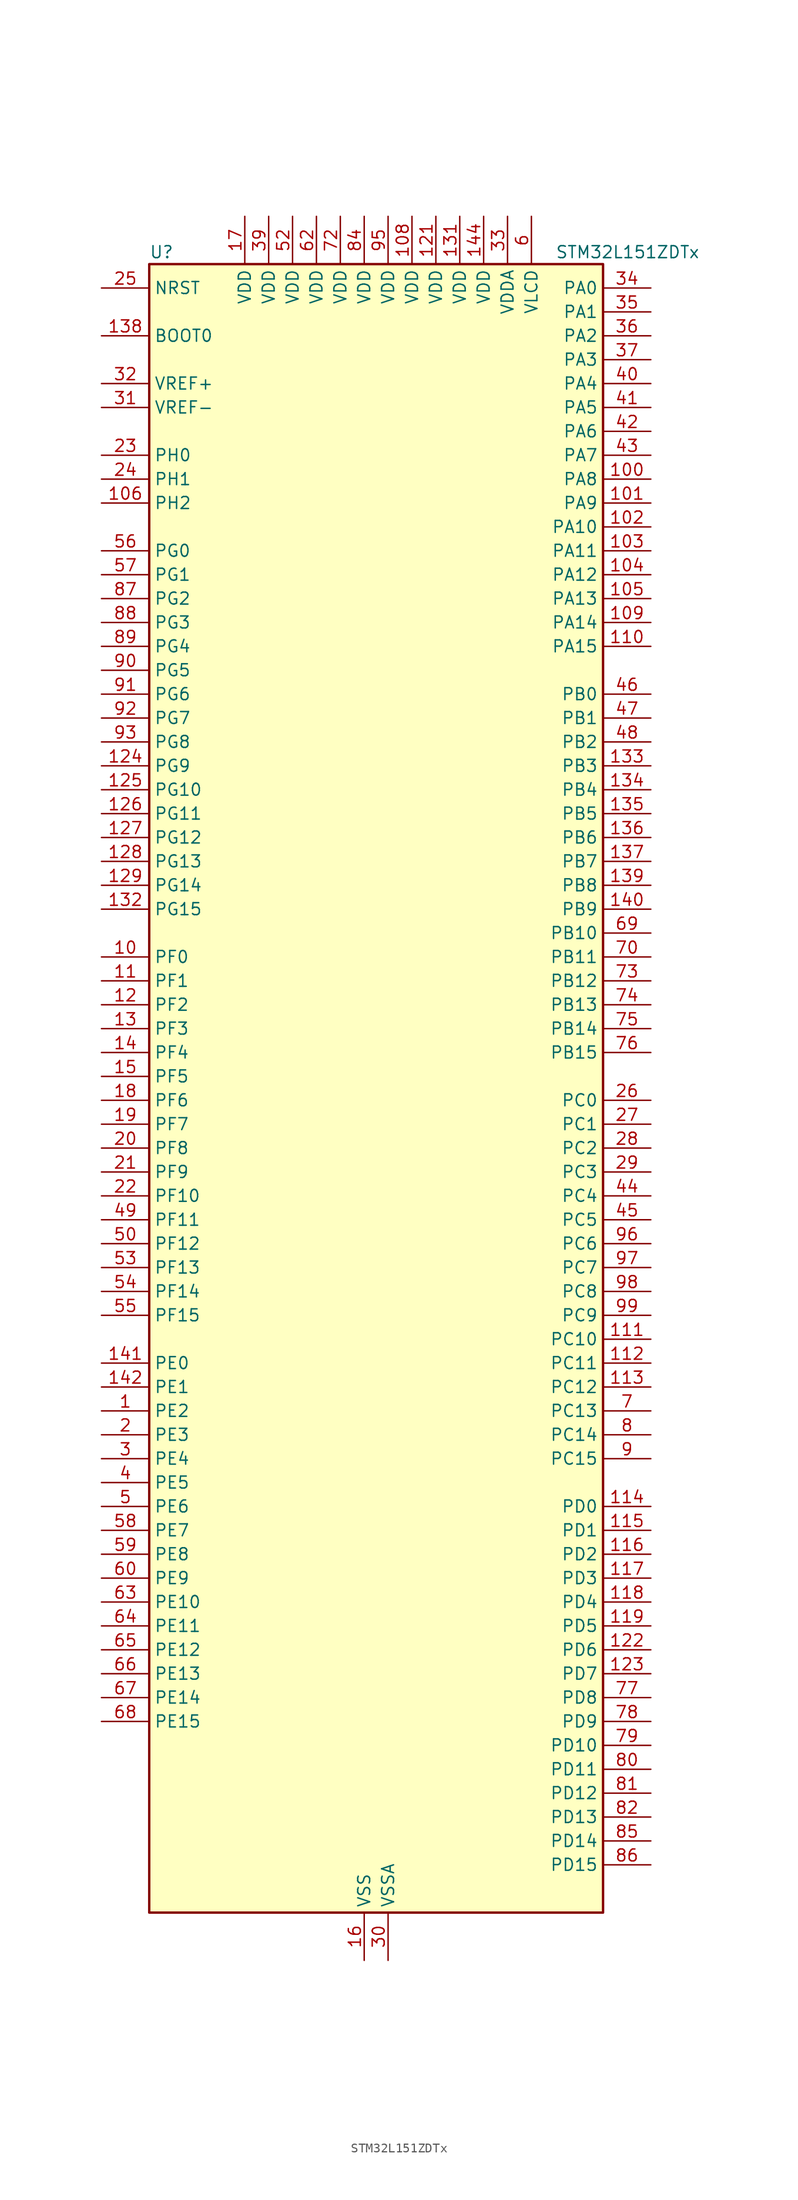
<source format=kicad_sym>
(kicad_symbol_lib
  (version 20231120)
  (generator "kicad-library-utils")
  (generator_version "8.0")
  (symbol "STM32L151ZDTx"
    (property "Reference" "U"
      (at -22.86 90.17 0)
      (effects (font (size 1.27 1.27)) (justify left)))
    (property "Value" "STM32L151ZDTx"
      (at 20.32 90.17 0)
      (effects (font (size 1.27 1.27)) (justify left)))
    (symbol "STM32L151ZDTx_0_1"
      (rectangle (start -22.86 -86.36) (end 25.4 88.9) (stroke (width 0.254) (type default)) (fill (type background))))
    (symbol "STM32L151ZDTx_1_1"
      (pin bidirectional line (at -27.94 -33.02 0) (length 5.08) (name "PE2" (effects (font (size 1.27 1.27)))) (number "1" (effects (font (size 1.27 1.27)))) (alternate "FSMC_A23" bidirectional line) (alternate "SYS_TRACECK" bidirectional line) (alternate "TIM3_ETR" bidirectional line) (alternate "TIMX_IC3" bidirectional line))
      (pin bidirectional line (at -27.94 15.24 0) (length 5.08) (name "PF0" (effects (font (size 1.27 1.27)))) (number "10" (effects (font (size 1.27 1.27)))) (alternate "FSMC_A0" bidirectional line))
      (pin bidirectional line (at 30.48 66.04 180) (length 5.08) (name "PA8" (effects (font (size 1.27 1.27)))) (number "100" (effects (font (size 1.27 1.27)))) (alternate "RCC_MCO" bidirectional line) (alternate "TIMX_IC1" bidirectional line) (alternate "TS_G4_IO1" bidirectional line) (alternate "USART1_CK" bidirectional line))
      (pin bidirectional line (at 30.48 63.5 180) (length 5.08) (name "PA9" (effects (font (size 1.27 1.27)))) (number "101" (effects (font (size 1.27 1.27)))) (alternate "DAC_EXTI9" bidirectional line) (alternate "TIMX_IC2" bidirectional line) (alternate "TS_G4_IO2" bidirectional line) (alternate "USART1_TX" bidirectional line))
      (pin bidirectional line (at 30.48 60.96 180) (length 5.08) (name "PA10" (effects (font (size 1.27 1.27)))) (number "102" (effects (font (size 1.27 1.27)))) (alternate "TIMX_IC3" bidirectional line) (alternate "TS_G4_IO3" bidirectional line) (alternate "USART1_RX" bidirectional line))
      (pin bidirectional line (at 30.48 58.42 180) (length 5.08) (name "PA11" (effects (font (size 1.27 1.27)))) (number "103" (effects (font (size 1.27 1.27)))) (alternate "ADC_EXTI11" bidirectional line) (alternate "SPI1_MISO" bidirectional line) (alternate "TIMX_IC4" bidirectional line) (alternate "USART1_CTS" bidirectional line) (alternate "USB_DM" bidirectional line))
      (pin bidirectional line (at 30.48 55.88 180) (length 5.08) (name "PA12" (effects (font (size 1.27 1.27)))) (number "104" (effects (font (size 1.27 1.27)))) (alternate "SPI1_MOSI" bidirectional line) (alternate "TIMX_IC1" bidirectional line) (alternate "USART1_RTS" bidirectional line) (alternate "USB_DP" bidirectional line))
      (pin bidirectional line (at 30.48 53.34 180) (length 5.08) (name "PA13" (effects (font (size 1.27 1.27)))) (number "105" (effects (font (size 1.27 1.27)))) (alternate "SYS_JTMS-SWDIO" bidirectional line) (alternate "TIMX_IC2" bidirectional line) (alternate "TS_G5_IO1" bidirectional line))
      (pin bidirectional line (at -27.94 63.5 0) (length 5.08) (name "PH2" (effects (font (size 1.27 1.27)))) (number "106" (effects (font (size 1.27 1.27)))) (alternate "FSMC_A22" bidirectional line))
      (pin passive line (at 0 -91.44 90) (length 5.08) hide (name "VSS" (effects (font (size 1.27 1.27)))) (number "107" (effects (font (size 1.27 1.27)))))
      (pin power_in line (at 5.08 93.98 270) (length 5.08) (name "VDD" (effects (font (size 1.27 1.27)))) (number "108" (effects (font (size 1.27 1.27)))))
      (pin bidirectional line (at 30.48 50.8 180) (length 5.08) (name "PA14" (effects (font (size 1.27 1.27)))) (number "109" (effects (font (size 1.27 1.27)))) (alternate "SYS_JTCK-SWCLK" bidirectional line) (alternate "TIMX_IC3" bidirectional line) (alternate "TS_G5_IO2" bidirectional line))
      (pin bidirectional line (at -27.94 12.7 0) (length 5.08) (name "PF1" (effects (font (size 1.27 1.27)))) (number "11" (effects (font (size 1.27 1.27)))) (alternate "FSMC_A1" bidirectional line))
      (pin bidirectional line (at 30.48 48.26 180) (length 5.08) (name "PA15" (effects (font (size 1.27 1.27)))) (number "110" (effects (font (size 1.27 1.27)))) (alternate "ADC_EXTI15" bidirectional line) (alternate "I2S3_WS" bidirectional line) (alternate "SPI1_NSS" bidirectional line) (alternate "SPI3_NSS" bidirectional line) (alternate "SYS_JTDI" bidirectional line) (alternate "TIM2_CH1" bidirectional line) (alternate "TIM2_ETR" bidirectional line) (alternate "TIMX_IC4" bidirectional line) (alternate "TS_G5_IO3" bidirectional line))
      (pin bidirectional line (at 30.48 -25.4 180) (length 5.08) (name "PC10" (effects (font (size 1.27 1.27)))) (number "111" (effects (font (size 1.27 1.27)))) (alternate "I2S3_CK" bidirectional line) (alternate "SDIO_D2" bidirectional line) (alternate "SPI3_SCK" bidirectional line) (alternate "TIMX_IC3" bidirectional line) (alternate "UART4_TX" bidirectional line) (alternate "USART3_TX" bidirectional line))
      (pin bidirectional line (at 30.48 -27.94 180) (length 5.08) (name "PC11" (effects (font (size 1.27 1.27)))) (number "112" (effects (font (size 1.27 1.27)))) (alternate "ADC_EXTI11" bidirectional line) (alternate "SDIO_D3" bidirectional line) (alternate "SPI3_MISO" bidirectional line) (alternate "TIMX_IC4" bidirectional line) (alternate "UART4_RX" bidirectional line) (alternate "USART3_RX" bidirectional line))
      (pin bidirectional line (at 30.48 -30.48 180) (length 5.08) (name "PC12" (effects (font (size 1.27 1.27)))) (number "113" (effects (font (size 1.27 1.27)))) (alternate "I2S3_SD" bidirectional line) (alternate "SDIO_CK" bidirectional line) (alternate "SPI3_MOSI" bidirectional line) (alternate "TIMX_IC1" bidirectional line) (alternate "UART5_TX" bidirectional line) (alternate "USART3_CK" bidirectional line))
      (pin bidirectional line (at 30.48 -43.18 180) (length 5.08) (name "PD0" (effects (font (size 1.27 1.27)))) (number "114" (effects (font (size 1.27 1.27)))) (alternate "FSMC_D2" bidirectional line) (alternate "FSMC_DA2" bidirectional line) (alternate "I2S2_WS" bidirectional line) (alternate "SPI2_NSS" bidirectional line) (alternate "TIM9_CH1" bidirectional line) (alternate "TIMX_IC1" bidirectional line))
      (pin bidirectional line (at 30.48 -45.72 180) (length 5.08) (name "PD1" (effects (font (size 1.27 1.27)))) (number "115" (effects (font (size 1.27 1.27)))) (alternate "FSMC_D3" bidirectional line) (alternate "FSMC_DA3" bidirectional line) (alternate "I2S2_CK" bidirectional line) (alternate "SPI2_SCK" bidirectional line) (alternate "TIMX_IC2" bidirectional line))
      (pin bidirectional line (at 30.48 -48.26 180) (length 5.08) (name "PD2" (effects (font (size 1.27 1.27)))) (number "116" (effects (font (size 1.27 1.27)))) (alternate "SDIO_CMD" bidirectional line) (alternate "TIM3_ETR" bidirectional line) (alternate "TIMX_IC3" bidirectional line) (alternate "UART5_RX" bidirectional line))
      (pin bidirectional line (at 30.48 -50.8 180) (length 5.08) (name "PD3" (effects (font (size 1.27 1.27)))) (number "117" (effects (font (size 1.27 1.27)))) (alternate "FSMC_CLK" bidirectional line) (alternate "SPI2_MISO" bidirectional line) (alternate "TIMX_IC4" bidirectional line) (alternate "USART2_CTS" bidirectional line))
      (pin bidirectional line (at 30.48 -53.34 180) (length 5.08) (name "PD4" (effects (font (size 1.27 1.27)))) (number "118" (effects (font (size 1.27 1.27)))) (alternate "FSMC_NOE" bidirectional line) (alternate "I2S2_SD" bidirectional line) (alternate "SPI2_MOSI" bidirectional line) (alternate "TIMX_IC1" bidirectional line) (alternate "USART2_RTS" bidirectional line))
      (pin bidirectional line (at 30.48 -55.88 180) (length 5.08) (name "PD5" (effects (font (size 1.27 1.27)))) (number "119" (effects (font (size 1.27 1.27)))) (alternate "FSMC_NWE" bidirectional line) (alternate "TIMX_IC2" bidirectional line) (alternate "USART2_TX" bidirectional line))
      (pin bidirectional line (at -27.94 10.16 0) (length 5.08) (name "PF2" (effects (font (size 1.27 1.27)))) (number "12" (effects (font (size 1.27 1.27)))) (alternate "FSMC_A2" bidirectional line))
      (pin passive line (at 0 -91.44 90) (length 5.08) hide (name "VSS" (effects (font (size 1.27 1.27)))) (number "120" (effects (font (size 1.27 1.27)))))
      (pin power_in line (at 7.62 93.98 270) (length 5.08) (name "VDD" (effects (font (size 1.27 1.27)))) (number "121" (effects (font (size 1.27 1.27)))))
      (pin bidirectional line (at 30.48 -58.42 180) (length 5.08) (name "PD6" (effects (font (size 1.27 1.27)))) (number "122" (effects (font (size 1.27 1.27)))) (alternate "FSMC_NWAIT" bidirectional line) (alternate "TIMX_IC3" bidirectional line) (alternate "USART2_RX" bidirectional line))
      (pin bidirectional line (at 30.48 -60.96 180) (length 5.08) (name "PD7" (effects (font (size 1.27 1.27)))) (number "123" (effects (font (size 1.27 1.27)))) (alternate "FSMC_NE1" bidirectional line) (alternate "TIM9_CH2" bidirectional line) (alternate "TIMX_IC4" bidirectional line) (alternate "USART2_CK" bidirectional line))
      (pin bidirectional line (at -27.94 35.56 0) (length 5.08) (name "PG9" (effects (font (size 1.27 1.27)))) (number "124" (effects (font (size 1.27 1.27)))) (alternate "DAC_EXTI9" bidirectional line) (alternate "FSMC_NE2" bidirectional line))
      (pin bidirectional line (at -27.94 33.02 0) (length 5.08) (name "PG10" (effects (font (size 1.27 1.27)))) (number "125" (effects (font (size 1.27 1.27)))) (alternate "FSMC_NE3" bidirectional line))
      (pin bidirectional line (at -27.94 30.48 0) (length 5.08) (name "PG11" (effects (font (size 1.27 1.27)))) (number "126" (effects (font (size 1.27 1.27)))) (alternate "ADC_EXTI11" bidirectional line))
      (pin bidirectional line (at -27.94 27.94 0) (length 5.08) (name "PG12" (effects (font (size 1.27 1.27)))) (number "127" (effects (font (size 1.27 1.27)))) (alternate "FSMC_NE4" bidirectional line))
      (pin bidirectional line (at -27.94 25.4 0) (length 5.08) (name "PG13" (effects (font (size 1.27 1.27)))) (number "128" (effects (font (size 1.27 1.27)))) (alternate "FSMC_A24" bidirectional line))
      (pin bidirectional line (at -27.94 22.86 0) (length 5.08) (name "PG14" (effects (font (size 1.27 1.27)))) (number "129" (effects (font (size 1.27 1.27)))) (alternate "FSMC_A25" bidirectional line))
      (pin bidirectional line (at -27.94 7.62 0) (length 5.08) (name "PF3" (effects (font (size 1.27 1.27)))) (number "13" (effects (font (size 1.27 1.27)))) (alternate "FSMC_A3" bidirectional line))
      (pin passive line (at 0 -91.44 90) (length 5.08) hide (name "VSS" (effects (font (size 1.27 1.27)))) (number "130" (effects (font (size 1.27 1.27)))))
      (pin power_in line (at 10.16 93.98 270) (length 5.08) (name "VDD" (effects (font (size 1.27 1.27)))) (number "131" (effects (font (size 1.27 1.27)))))
      (pin bidirectional line (at -27.94 20.32 0) (length 5.08) (name "PG15" (effects (font (size 1.27 1.27)))) (number "132" (effects (font (size 1.27 1.27)))) (alternate "ADC_EXTI15" bidirectional line))
      (pin bidirectional line (at 30.48 35.56 180) (length 5.08) (name "PB3" (effects (font (size 1.27 1.27)))) (number "133" (effects (font (size 1.27 1.27)))) (alternate "COMP2_INM" bidirectional line) (alternate "I2S3_CK" bidirectional line) (alternate "SPI1_SCK" bidirectional line) (alternate "SPI3_SCK" bidirectional line) (alternate "SYS_JTDO-TRACESWO" bidirectional line) (alternate "TIM2_CH2" bidirectional line))
      (pin bidirectional line (at 30.48 33.02 180) (length 5.08) (name "PB4" (effects (font (size 1.27 1.27)))) (number "134" (effects (font (size 1.27 1.27)))) (alternate "COMP2_INP" bidirectional line) (alternate "SPI1_MISO" bidirectional line) (alternate "SPI3_MISO" bidirectional line) (alternate "SYS_JTRST" bidirectional line) (alternate "TIM3_CH1" bidirectional line) (alternate "TS_G6_IO1" bidirectional line))
      (pin bidirectional line (at 30.48 30.48 180) (length 5.08) (name "PB5" (effects (font (size 1.27 1.27)))) (number "135" (effects (font (size 1.27 1.27)))) (alternate "COMP2_INP" bidirectional line) (alternate "I2C1_SMBA" bidirectional line) (alternate "I2S3_SD" bidirectional line) (alternate "SPI1_MOSI" bidirectional line) (alternate "SPI3_MOSI" bidirectional line) (alternate "TIM3_CH2" bidirectional line) (alternate "TS_G6_IO2" bidirectional line))
      (pin bidirectional line (at 30.48 27.94 180) (length 5.08) (name "PB6" (effects (font (size 1.27 1.27)))) (number "136" (effects (font (size 1.27 1.27)))) (alternate "COMP2_INP" bidirectional line) (alternate "I2C1_SCL" bidirectional line) (alternate "TIM4_CH1" bidirectional line) (alternate "TS_G6_IO3" bidirectional line) (alternate "USART1_TX" bidirectional line))
      (pin bidirectional line (at 30.48 25.4 180) (length 5.08) (name "PB7" (effects (font (size 1.27 1.27)))) (number "137" (effects (font (size 1.27 1.27)))) (alternate "COMP2_INP" bidirectional line) (alternate "FSMC_NL" bidirectional line) (alternate "I2C1_SDA" bidirectional line) (alternate "SYS_PVD_IN" bidirectional line) (alternate "TIM4_CH2" bidirectional line) (alternate "TS_G6_IO4" bidirectional line) (alternate "USART1_RX" bidirectional line))
      (pin input line (at -27.94 81.28 0) (length 5.08) (name "BOOT0" (effects (font (size 1.27 1.27)))) (number "138" (effects (font (size 1.27 1.27)))))
      (pin bidirectional line (at 30.48 22.86 180) (length 5.08) (name "PB8" (effects (font (size 1.27 1.27)))) (number "139" (effects (font (size 1.27 1.27)))) (alternate "I2C1_SCL" bidirectional line) (alternate "SDIO_D4" bidirectional line) (alternate "TIM10_CH1" bidirectional line) (alternate "TIM4_CH3" bidirectional line))
      (pin bidirectional line (at -27.94 5.08 0) (length 5.08) (name "PF4" (effects (font (size 1.27 1.27)))) (number "14" (effects (font (size 1.27 1.27)))) (alternate "FSMC_A4" bidirectional line))
      (pin bidirectional line (at 30.48 20.32 180) (length 5.08) (name "PB9" (effects (font (size 1.27 1.27)))) (number "140" (effects (font (size 1.27 1.27)))) (alternate "DAC_EXTI9" bidirectional line) (alternate "I2C1_SDA" bidirectional line) (alternate "SDIO_D5" bidirectional line) (alternate "TIM11_CH1" bidirectional line) (alternate "TIM4_CH4" bidirectional line))
      (pin bidirectional line (at -27.94 -27.94 0) (length 5.08) (name "PE0" (effects (font (size 1.27 1.27)))) (number "141" (effects (font (size 1.27 1.27)))) (alternate "FSMC_NBL0" bidirectional line) (alternate "TIM10_CH1" bidirectional line) (alternate "TIM4_ETR" bidirectional line) (alternate "TIMX_IC1" bidirectional line))
      (pin bidirectional line (at -27.94 -30.48 0) (length 5.08) (name "PE1" (effects (font (size 1.27 1.27)))) (number "142" (effects (font (size 1.27 1.27)))) (alternate "FSMC_NBL1" bidirectional line) (alternate "TIM11_CH1" bidirectional line) (alternate "TIMX_IC2" bidirectional line))
      (pin passive line (at 0 -91.44 90) (length 5.08) hide (name "VSS" (effects (font (size 1.27 1.27)))) (number "143" (effects (font (size 1.27 1.27)))))
      (pin power_in line (at 12.7 93.98 270) (length 5.08) (name "VDD" (effects (font (size 1.27 1.27)))) (number "144" (effects (font (size 1.27 1.27)))))
      (pin bidirectional line (at -27.94 2.54 0) (length 5.08) (name "PF5" (effects (font (size 1.27 1.27)))) (number "15" (effects (font (size 1.27 1.27)))) (alternate "FSMC_A5" bidirectional line))
      (pin power_in line (at 0 -91.44 90) (length 5.08) (name "VSS" (effects (font (size 1.27 1.27)))) (number "16" (effects (font (size 1.27 1.27)))))
      (pin power_in line (at -12.7 93.98 270) (length 5.08) (name "VDD" (effects (font (size 1.27 1.27)))) (number "17" (effects (font (size 1.27 1.27)))))
      (pin bidirectional line (at -27.94 0 0) (length 5.08) (name "PF6" (effects (font (size 1.27 1.27)))) (number "18" (effects (font (size 1.27 1.27)))) (alternate "ADC_IN27" bidirectional line) (alternate "TIM5_CH1" bidirectional line) (alternate "TIM5_ETR" bidirectional line) (alternate "TS_G11_IO1" bidirectional line))
      (pin bidirectional line (at -27.94 -2.54 0) (length 5.08) (name "PF7" (effects (font (size 1.27 1.27)))) (number "19" (effects (font (size 1.27 1.27)))) (alternate "ADC_IN28" bidirectional line) (alternate "COMP1_INP" bidirectional line) (alternate "TIM5_CH2" bidirectional line) (alternate "TS_G11_IO2" bidirectional line))
      (pin bidirectional line (at -27.94 -35.56 0) (length 5.08) (name "PE3" (effects (font (size 1.27 1.27)))) (number "2" (effects (font (size 1.27 1.27)))) (alternate "FSMC_A19" bidirectional line) (alternate "SYS_TRACED0" bidirectional line) (alternate "TIM3_CH1" bidirectional line) (alternate "TIMX_IC4" bidirectional line))
      (pin bidirectional line (at -27.94 -5.08 0) (length 5.08) (name "PF8" (effects (font (size 1.27 1.27)))) (number "20" (effects (font (size 1.27 1.27)))) (alternate "ADC_IN29" bidirectional line) (alternate "COMP1_INP" bidirectional line) (alternate "TIM5_CH3" bidirectional line) (alternate "TS_G11_IO3" bidirectional line))
      (pin bidirectional line (at -27.94 -7.62 0) (length 5.08) (name "PF9" (effects (font (size 1.27 1.27)))) (number "21" (effects (font (size 1.27 1.27)))) (alternate "ADC_IN30" bidirectional line) (alternate "COMP1_INP" bidirectional line) (alternate "DAC_EXTI9" bidirectional line) (alternate "TIM5_CH4" bidirectional line) (alternate "TS_G11_IO4" bidirectional line))
      (pin bidirectional line (at -27.94 -10.16 0) (length 5.08) (name "PF10" (effects (font (size 1.27 1.27)))) (number "22" (effects (font (size 1.27 1.27)))) (alternate "ADC_IN31" bidirectional line) (alternate "COMP1_INP" bidirectional line) (alternate "TS_G11_IO5" bidirectional line))
      (pin bidirectional line (at -27.94 68.58 0) (length 5.08) (name "PH0" (effects (font (size 1.27 1.27)))) (number "23" (effects (font (size 1.27 1.27)))) (alternate "RCC_OSC_IN" bidirectional line))
      (pin bidirectional line (at -27.94 66.04 0) (length 5.08) (name "PH1" (effects (font (size 1.27 1.27)))) (number "24" (effects (font (size 1.27 1.27)))) (alternate "RCC_OSC_OUT" bidirectional line))
      (pin input line (at -27.94 86.36 0) (length 5.08) (name "NRST" (effects (font (size 1.27 1.27)))) (number "25" (effects (font (size 1.27 1.27)))))
      (pin bidirectional line (at 30.48 0 180) (length 5.08) (name "PC0" (effects (font (size 1.27 1.27)))) (number "26" (effects (font (size 1.27 1.27)))) (alternate "ADC_IN10" bidirectional line) (alternate "COMP1_INP" bidirectional line) (alternate "TIMX_IC1" bidirectional line) (alternate "TS_G8_IO1" bidirectional line))
      (pin bidirectional line (at 30.48 -2.54 180) (length 5.08) (name "PC1" (effects (font (size 1.27 1.27)))) (number "27" (effects (font (size 1.27 1.27)))) (alternate "ADC_IN11" bidirectional line) (alternate "COMP1_INP" bidirectional line) (alternate "OPAMP3_VINP" bidirectional line) (alternate "TIMX_IC2" bidirectional line) (alternate "TS_G8_IO2" bidirectional line))
      (pin bidirectional line (at 30.48 -5.08 180) (length 5.08) (name "PC2" (effects (font (size 1.27 1.27)))) (number "28" (effects (font (size 1.27 1.27)))) (alternate "ADC_IN12" bidirectional line) (alternate "COMP1_INP" bidirectional line) (alternate "OPAMP3_VINM" bidirectional line) (alternate "TIMX_IC3" bidirectional line) (alternate "TS_G8_IO3" bidirectional line))
      (pin bidirectional line (at 30.48 -7.62 180) (length 5.08) (name "PC3" (effects (font (size 1.27 1.27)))) (number "29" (effects (font (size 1.27 1.27)))) (alternate "ADC_IN13" bidirectional line) (alternate "COMP1_INP" bidirectional line) (alternate "OPAMP3_VOUT" bidirectional line) (alternate "TIMX_IC4" bidirectional line) (alternate "TS_G8_IO4" bidirectional line))
      (pin bidirectional line (at -27.94 -38.1 0) (length 5.08) (name "PE4" (effects (font (size 1.27 1.27)))) (number "3" (effects (font (size 1.27 1.27)))) (alternate "FSMC_A20" bidirectional line) (alternate "SYS_TRACED1" bidirectional line) (alternate "TIM3_CH2" bidirectional line) (alternate "TIMX_IC1" bidirectional line))
      (pin power_in line (at 2.54 -91.44 90) (length 5.08) (name "VSSA" (effects (font (size 1.27 1.27)))) (number "30" (effects (font (size 1.27 1.27)))))
      (pin input line (at -27.94 73.66 0) (length 5.08) (name "VREF-" (effects (font (size 1.27 1.27)))) (number "31" (effects (font (size 1.27 1.27)))))
      (pin input line (at -27.94 76.2 0) (length 5.08) (name "VREF+" (effects (font (size 1.27 1.27)))) (number "32" (effects (font (size 1.27 1.27)))))
      (pin power_in line (at 15.24 93.98 270) (length 5.08) (name "VDDA" (effects (font (size 1.27 1.27)))) (number "33" (effects (font (size 1.27 1.27)))))
      (pin bidirectional line (at 30.48 86.36 180) (length 5.08) (name "PA0" (effects (font (size 1.27 1.27)))) (number "34" (effects (font (size 1.27 1.27)))) (alternate "ADC_IN0" bidirectional line) (alternate "COMP1_INP" bidirectional line) (alternate "RTC_TAMP2" bidirectional line) (alternate "SYS_WKUP1" bidirectional line) (alternate "TIM2_CH1" bidirectional line) (alternate "TIM2_ETR" bidirectional line) (alternate "TIM5_CH1" bidirectional line) (alternate "TIMX_IC1" bidirectional line) (alternate "TS_G1_IO1" bidirectional line) (alternate "USART2_CTS" bidirectional line))
      (pin bidirectional line (at 30.48 83.82 180) (length 5.08) (name "PA1" (effects (font (size 1.27 1.27)))) (number "35" (effects (font (size 1.27 1.27)))) (alternate "ADC_IN1" bidirectional line) (alternate "COMP1_INP" bidirectional line) (alternate "OPAMP1_VINP" bidirectional line) (alternate "TIM2_CH2" bidirectional line) (alternate "TIM5_CH2" bidirectional line) (alternate "TIMX_IC2" bidirectional line) (alternate "TS_G1_IO2" bidirectional line) (alternate "USART2_RTS" bidirectional line))
      (pin bidirectional line (at 30.48 81.28 180) (length 5.08) (name "PA2" (effects (font (size 1.27 1.27)))) (number "36" (effects (font (size 1.27 1.27)))) (alternate "ADC_IN2" bidirectional line) (alternate "COMP1_INP" bidirectional line) (alternate "OPAMP1_VINM" bidirectional line) (alternate "TIM2_CH3" bidirectional line) (alternate "TIM5_CH3" bidirectional line) (alternate "TIM9_CH1" bidirectional line) (alternate "TIMX_IC3" bidirectional line) (alternate "TS_G1_IO3" bidirectional line) (alternate "USART2_TX" bidirectional line))
      (pin bidirectional line (at 30.48 78.74 180) (length 5.08) (name "PA3" (effects (font (size 1.27 1.27)))) (number "37" (effects (font (size 1.27 1.27)))) (alternate "ADC_IN3" bidirectional line) (alternate "COMP1_INP" bidirectional line) (alternate "OPAMP1_VOUT" bidirectional line) (alternate "TIM2_CH4" bidirectional line) (alternate "TIM5_CH4" bidirectional line) (alternate "TIM9_CH2" bidirectional line) (alternate "TIMX_IC4" bidirectional line) (alternate "TS_G1_IO4" bidirectional line) (alternate "USART2_RX" bidirectional line))
      (pin passive line (at 0 -91.44 90) (length 5.08) hide (name "VSS" (effects (font (size 1.27 1.27)))) (number "38" (effects (font (size 1.27 1.27)))))
      (pin power_in line (at -10.16 93.98 270) (length 5.08) (name "VDD" (effects (font (size 1.27 1.27)))) (number "39" (effects (font (size 1.27 1.27)))))
      (pin bidirectional line (at -27.94 -40.64 0) (length 5.08) (name "PE5" (effects (font (size 1.27 1.27)))) (number "4" (effects (font (size 1.27 1.27)))) (alternate "FSMC_A21" bidirectional line) (alternate "SYS_TRACED2" bidirectional line) (alternate "TIM9_CH1" bidirectional line) (alternate "TIMX_IC2" bidirectional line))
      (pin bidirectional line (at 30.48 76.2 180) (length 5.08) (name "PA4" (effects (font (size 1.27 1.27)))) (number "40" (effects (font (size 1.27 1.27)))) (alternate "ADC_IN4" bidirectional line) (alternate "COMP1_INP" bidirectional line) (alternate "DAC_OUT1" bidirectional line) (alternate "I2S3_WS" bidirectional line) (alternate "SPI1_NSS" bidirectional line) (alternate "SPI3_NSS" bidirectional line) (alternate "TIMX_IC1" bidirectional line) (alternate "USART2_CK" bidirectional line))
      (pin bidirectional line (at 30.48 73.66 180) (length 5.08) (name "PA5" (effects (font (size 1.27 1.27)))) (number "41" (effects (font (size 1.27 1.27)))) (alternate "ADC_IN5" bidirectional line) (alternate "COMP1_INP" bidirectional line) (alternate "DAC_OUT2" bidirectional line) (alternate "SPI1_SCK" bidirectional line) (alternate "TIM2_CH1" bidirectional line) (alternate "TIM2_ETR" bidirectional line) (alternate "TIMX_IC2" bidirectional line))
      (pin bidirectional line (at 30.48 71.12 180) (length 5.08) (name "PA6" (effects (font (size 1.27 1.27)))) (number "42" (effects (font (size 1.27 1.27)))) (alternate "ADC_IN6" bidirectional line) (alternate "COMP1_INP" bidirectional line) (alternate "OPAMP2_VINP" bidirectional line) (alternate "SPI1_MISO" bidirectional line) (alternate "TIM10_CH1" bidirectional line) (alternate "TIM3_CH1" bidirectional line) (alternate "TIMX_IC3" bidirectional line) (alternate "TS_G2_IO1" bidirectional line))
      (pin bidirectional line (at 30.48 68.58 180) (length 5.08) (name "PA7" (effects (font (size 1.27 1.27)))) (number "43" (effects (font (size 1.27 1.27)))) (alternate "ADC_IN7" bidirectional line) (alternate "COMP1_INP" bidirectional line) (alternate "OPAMP2_VINM" bidirectional line) (alternate "SPI1_MOSI" bidirectional line) (alternate "TIM11_CH1" bidirectional line) (alternate "TIM3_CH2" bidirectional line) (alternate "TIMX_IC4" bidirectional line) (alternate "TS_G2_IO2" bidirectional line))
      (pin bidirectional line (at 30.48 -10.16 180) (length 5.08) (name "PC4" (effects (font (size 1.27 1.27)))) (number "44" (effects (font (size 1.27 1.27)))) (alternate "ADC_IN14" bidirectional line) (alternate "COMP1_INP" bidirectional line) (alternate "TIMX_IC1" bidirectional line) (alternate "TS_G9_IO1" bidirectional line))
      (pin bidirectional line (at 30.48 -12.7 180) (length 5.08) (name "PC5" (effects (font (size 1.27 1.27)))) (number "45" (effects (font (size 1.27 1.27)))) (alternate "ADC_IN15" bidirectional line) (alternate "COMP1_INP" bidirectional line) (alternate "TIMX_IC2" bidirectional line) (alternate "TS_G9_IO2" bidirectional line))
      (pin bidirectional line (at 30.48 43.18 180) (length 5.08) (name "PB0" (effects (font (size 1.27 1.27)))) (number "46" (effects (font (size 1.27 1.27)))) (alternate "ADC_IN8" bidirectional line) (alternate "COMP1_INP" bidirectional line) (alternate "OPAMP2_VOUT" bidirectional line) (alternate "SYS_V_REF_OUT" bidirectional line) (alternate "TIM3_CH3" bidirectional line) (alternate "TS_G3_IO1" bidirectional line))
      (pin bidirectional line (at 30.48 40.64 180) (length 5.08) (name "PB1" (effects (font (size 1.27 1.27)))) (number "47" (effects (font (size 1.27 1.27)))) (alternate "ADC_IN9" bidirectional line) (alternate "COMP1_INP" bidirectional line) (alternate "SYS_V_REF_OUT" bidirectional line) (alternate "TIM3_CH4" bidirectional line) (alternate "TS_G3_IO2" bidirectional line))
      (pin bidirectional line (at 30.48 38.1 180) (length 5.08) (name "PB2" (effects (font (size 1.27 1.27)))) (number "48" (effects (font (size 1.27 1.27)))) (alternate "ADC_IN0b" bidirectional line) (alternate "TS_G3_IO3" bidirectional line))
      (pin bidirectional line (at -27.94 -12.7 0) (length 5.08) (name "PF11" (effects (font (size 1.27 1.27)))) (number "49" (effects (font (size 1.27 1.27)))) (alternate "ADC_EXTI11" bidirectional line) (alternate "ADC_IN1b" bidirectional line) (alternate "TS_G3_IO4" bidirectional line))
      (pin bidirectional line (at -27.94 -43.18 0) (length 5.08) (name "PE6" (effects (font (size 1.27 1.27)))) (number "5" (effects (font (size 1.27 1.27)))) (alternate "RTC_TAMP3" bidirectional line) (alternate "SYS_TRACED3" bidirectional line) (alternate "SYS_WKUP3" bidirectional line) (alternate "TIM9_CH2" bidirectional line) (alternate "TIMX_IC3" bidirectional line))
      (pin bidirectional line (at -27.94 -15.24 0) (length 5.08) (name "PF12" (effects (font (size 1.27 1.27)))) (number "50" (effects (font (size 1.27 1.27)))) (alternate "ADC_IN2b" bidirectional line) (alternate "FSMC_A6" bidirectional line) (alternate "TS_G3_IO5" bidirectional line))
      (pin passive line (at 0 -91.44 90) (length 5.08) hide (name "VSS" (effects (font (size 1.27 1.27)))) (number "51" (effects (font (size 1.27 1.27)))))
      (pin power_in line (at -7.62 93.98 270) (length 5.08) (name "VDD" (effects (font (size 1.27 1.27)))) (number "52" (effects (font (size 1.27 1.27)))))
      (pin bidirectional line (at -27.94 -17.78 0) (length 5.08) (name "PF13" (effects (font (size 1.27 1.27)))) (number "53" (effects (font (size 1.27 1.27)))) (alternate "ADC_IN3b" bidirectional line) (alternate "FSMC_A7" bidirectional line) (alternate "TS_G9_IO3" bidirectional line))
      (pin bidirectional line (at -27.94 -20.32 0) (length 5.08) (name "PF14" (effects (font (size 1.27 1.27)))) (number "54" (effects (font (size 1.27 1.27)))) (alternate "ADC_IN6b" bidirectional line) (alternate "FSMC_A8" bidirectional line) (alternate "TS_G9_IO4" bidirectional line))
      (pin bidirectional line (at -27.94 -22.86 0) (length 5.08) (name "PF15" (effects (font (size 1.27 1.27)))) (number "55" (effects (font (size 1.27 1.27)))) (alternate "ADC_EXTI15" bidirectional line) (alternate "ADC_IN7b" bidirectional line) (alternate "FSMC_A9" bidirectional line) (alternate "TS_G2_IO3" bidirectional line))
      (pin bidirectional line (at -27.94 58.42 0) (length 5.08) (name "PG0" (effects (font (size 1.27 1.27)))) (number "56" (effects (font (size 1.27 1.27)))) (alternate "ADC_IN8b" bidirectional line) (alternate "FSMC_A10" bidirectional line) (alternate "TS_G2_IO4" bidirectional line))
      (pin bidirectional line (at -27.94 55.88 0) (length 5.08) (name "PG1" (effects (font (size 1.27 1.27)))) (number "57" (effects (font (size 1.27 1.27)))) (alternate "ADC_IN9b" bidirectional line) (alternate "FSMC_A11" bidirectional line) (alternate "TS_G2_IO5" bidirectional line))
      (pin bidirectional line (at -27.94 -45.72 0) (length 5.08) (name "PE7" (effects (font (size 1.27 1.27)))) (number "58" (effects (font (size 1.27 1.27)))) (alternate "ADC_IN22" bidirectional line) (alternate "COMP1_INP" bidirectional line) (alternate "FSMC_D4" bidirectional line) (alternate "FSMC_DA4" bidirectional line) (alternate "TIMX_IC4" bidirectional line))
      (pin bidirectional line (at -27.94 -48.26 0) (length 5.08) (name "PE8" (effects (font (size 1.27 1.27)))) (number "59" (effects (font (size 1.27 1.27)))) (alternate "ADC_IN23" bidirectional line) (alternate "COMP1_INP" bidirectional line) (alternate "FSMC_D5" bidirectional line) (alternate "FSMC_DA5" bidirectional line) (alternate "TIMX_IC1" bidirectional line))
      (pin power_in line (at 17.78 93.98 270) (length 5.08) (name "VLCD" (effects (font (size 1.27 1.27)))) (number "6" (effects (font (size 1.27 1.27)))))
      (pin bidirectional line (at -27.94 -50.8 0) (length 5.08) (name "PE9" (effects (font (size 1.27 1.27)))) (number "60" (effects (font (size 1.27 1.27)))) (alternate "ADC_IN24" bidirectional line) (alternate "COMP1_INP" bidirectional line) (alternate "DAC_EXTI9" bidirectional line) (alternate "FSMC_D6" bidirectional line) (alternate "FSMC_DA6" bidirectional line) (alternate "TIM2_CH1" bidirectional line) (alternate "TIM2_ETR" bidirectional line) (alternate "TIMX_IC2" bidirectional line))
      (pin passive line (at 0 -91.44 90) (length 5.08) hide (name "VSS" (effects (font (size 1.27 1.27)))) (number "61" (effects (font (size 1.27 1.27)))))
      (pin power_in line (at -5.08 93.98 270) (length 5.08) (name "VDD" (effects (font (size 1.27 1.27)))) (number "62" (effects (font (size 1.27 1.27)))))
      (pin bidirectional line (at -27.94 -53.34 0) (length 5.08) (name "PE10" (effects (font (size 1.27 1.27)))) (number "63" (effects (font (size 1.27 1.27)))) (alternate "ADC_IN25" bidirectional line) (alternate "COMP1_INP" bidirectional line) (alternate "FSMC_D7" bidirectional line) (alternate "FSMC_DA7" bidirectional line) (alternate "TIM2_CH2" bidirectional line) (alternate "TIMX_IC3" bidirectional line))
      (pin bidirectional line (at -27.94 -55.88 0) (length 5.08) (name "PE11" (effects (font (size 1.27 1.27)))) (number "64" (effects (font (size 1.27 1.27)))) (alternate "ADC_EXTI11" bidirectional line) (alternate "FSMC_D8" bidirectional line) (alternate "FSMC_DA8" bidirectional line) (alternate "TIM2_CH3" bidirectional line) (alternate "TIMX_IC4" bidirectional line))
      (pin bidirectional line (at -27.94 -58.42 0) (length 5.08) (name "PE12" (effects (font (size 1.27 1.27)))) (number "65" (effects (font (size 1.27 1.27)))) (alternate "FSMC_D9" bidirectional line) (alternate "FSMC_DA9" bidirectional line) (alternate "SPI1_NSS" bidirectional line) (alternate "TIM2_CH4" bidirectional line) (alternate "TIMX_IC1" bidirectional line))
      (pin bidirectional line (at -27.94 -60.96 0) (length 5.08) (name "PE13" (effects (font (size 1.27 1.27)))) (number "66" (effects (font (size 1.27 1.27)))) (alternate "FSMC_D10" bidirectional line) (alternate "FSMC_DA10" bidirectional line) (alternate "SPI1_SCK" bidirectional line) (alternate "TIMX_IC2" bidirectional line))
      (pin bidirectional line (at -27.94 -63.5 0) (length 5.08) (name "PE14" (effects (font (size 1.27 1.27)))) (number "67" (effects (font (size 1.27 1.27)))) (alternate "FSMC_D11" bidirectional line) (alternate "FSMC_DA11" bidirectional line) (alternate "SPI1_MISO" bidirectional line) (alternate "TIMX_IC3" bidirectional line))
      (pin bidirectional line (at -27.94 -66.04 0) (length 5.08) (name "PE15" (effects (font (size 1.27 1.27)))) (number "68" (effects (font (size 1.27 1.27)))) (alternate "ADC_EXTI15" bidirectional line) (alternate "FSMC_D12" bidirectional line) (alternate "FSMC_DA12" bidirectional line) (alternate "SPI1_MOSI" bidirectional line) (alternate "TIMX_IC4" bidirectional line))
      (pin bidirectional line (at 30.48 17.78 180) (length 5.08) (name "PB10" (effects (font (size 1.27 1.27)))) (number "69" (effects (font (size 1.27 1.27)))) (alternate "I2C2_SCL" bidirectional line) (alternate "TIM2_CH3" bidirectional line) (alternate "USART3_TX" bidirectional line))
      (pin bidirectional line (at 30.48 -33.02 180) (length 5.08) (name "PC13" (effects (font (size 1.27 1.27)))) (number "7" (effects (font (size 1.27 1.27)))) (alternate "RTC_OUT_ALARM" bidirectional line) (alternate "RTC_OUT_CALIB" bidirectional line) (alternate "RTC_TAMP1" bidirectional line) (alternate "RTC_TS" bidirectional line) (alternate "SYS_WKUP2" bidirectional line) (alternate "TIMX_IC2" bidirectional line))
      (pin bidirectional line (at 30.48 15.24 180) (length 5.08) (name "PB11" (effects (font (size 1.27 1.27)))) (number "70" (effects (font (size 1.27 1.27)))) (alternate "ADC_EXTI11" bidirectional line) (alternate "I2C2_SDA" bidirectional line) (alternate "TIM2_CH4" bidirectional line) (alternate "USART3_RX" bidirectional line))
      (pin passive line (at 0 -91.44 90) (length 5.08) hide (name "VSS" (effects (font (size 1.27 1.27)))) (number "71" (effects (font (size 1.27 1.27)))))
      (pin power_in line (at -2.54 93.98 270) (length 5.08) (name "VDD" (effects (font (size 1.27 1.27)))) (number "72" (effects (font (size 1.27 1.27)))))
      (pin bidirectional line (at 30.48 12.7 180) (length 5.08) (name "PB12" (effects (font (size 1.27 1.27)))) (number "73" (effects (font (size 1.27 1.27)))) (alternate "ADC_IN18" bidirectional line) (alternate "COMP1_INP" bidirectional line) (alternate "I2C2_SMBA" bidirectional line) (alternate "I2S2_WS" bidirectional line) (alternate "SPI2_NSS" bidirectional line) (alternate "TIM10_CH1" bidirectional line) (alternate "TS_G7_IO1" bidirectional line) (alternate "USART3_CK" bidirectional line))
      (pin bidirectional line (at 30.48 10.16 180) (length 5.08) (name "PB13" (effects (font (size 1.27 1.27)))) (number "74" (effects (font (size 1.27 1.27)))) (alternate "ADC_IN19" bidirectional line) (alternate "COMP1_INP" bidirectional line) (alternate "I2S2_CK" bidirectional line) (alternate "SPI2_SCK" bidirectional line) (alternate "TIM9_CH1" bidirectional line) (alternate "TS_G7_IO2" bidirectional line) (alternate "USART3_CTS" bidirectional line))
      (pin bidirectional line (at 30.48 7.62 180) (length 5.08) (name "PB14" (effects (font (size 1.27 1.27)))) (number "75" (effects (font (size 1.27 1.27)))) (alternate "ADC_IN20" bidirectional line) (alternate "COMP1_INP" bidirectional line) (alternate "SPI2_MISO" bidirectional line) (alternate "TIM9_CH2" bidirectional line) (alternate "TS_G7_IO3" bidirectional line) (alternate "USART3_RTS" bidirectional line))
      (pin bidirectional line (at 30.48 5.08 180) (length 5.08) (name "PB15" (effects (font (size 1.27 1.27)))) (number "76" (effects (font (size 1.27 1.27)))) (alternate "ADC_EXTI15" bidirectional line) (alternate "ADC_IN21" bidirectional line) (alternate "COMP1_INP" bidirectional line) (alternate "I2S2_SD" bidirectional line) (alternate "RTC_REFIN" bidirectional line) (alternate "SPI2_MOSI" bidirectional line) (alternate "TIM11_CH1" bidirectional line) (alternate "TS_G7_IO4" bidirectional line))
      (pin bidirectional line (at 30.48 -63.5 180) (length 5.08) (name "PD8" (effects (font (size 1.27 1.27)))) (number "77" (effects (font (size 1.27 1.27)))) (alternate "FSMC_D13" bidirectional line) (alternate "FSMC_DA13" bidirectional line) (alternate "TIMX_IC1" bidirectional line) (alternate "USART3_TX" bidirectional line))
      (pin bidirectional line (at 30.48 -66.04 180) (length 5.08) (name "PD9" (effects (font (size 1.27 1.27)))) (number "78" (effects (font (size 1.27 1.27)))) (alternate "DAC_EXTI9" bidirectional line) (alternate "FSMC_D14" bidirectional line) (alternate "FSMC_DA14" bidirectional line) (alternate "TIMX_IC2" bidirectional line) (alternate "USART3_RX" bidirectional line))
      (pin bidirectional line (at 30.48 -68.58 180) (length 5.08) (name "PD10" (effects (font (size 1.27 1.27)))) (number "79" (effects (font (size 1.27 1.27)))) (alternate "FSMC_D15" bidirectional line) (alternate "FSMC_DA15" bidirectional line) (alternate "TIMX_IC3" bidirectional line) (alternate "USART3_CK" bidirectional line))
      (pin bidirectional line (at 30.48 -35.56 180) (length 5.08) (name "PC14" (effects (font (size 1.27 1.27)))) (number "8" (effects (font (size 1.27 1.27)))) (alternate "RCC_OSC32_IN" bidirectional line) (alternate "TIMX_IC3" bidirectional line))
      (pin bidirectional line (at 30.48 -71.12 180) (length 5.08) (name "PD11" (effects (font (size 1.27 1.27)))) (number "80" (effects (font (size 1.27 1.27)))) (alternate "ADC_EXTI11" bidirectional line) (alternate "FSMC_A16" bidirectional line) (alternate "TIMX_IC4" bidirectional line) (alternate "USART3_CTS" bidirectional line))
      (pin bidirectional line (at 30.48 -73.66 180) (length 5.08) (name "PD12" (effects (font (size 1.27 1.27)))) (number "81" (effects (font (size 1.27 1.27)))) (alternate "FSMC_A17" bidirectional line) (alternate "TIM4_CH1" bidirectional line) (alternate "TIMX_IC1" bidirectional line) (alternate "USART3_RTS" bidirectional line))
      (pin bidirectional line (at 30.48 -76.2 180) (length 5.08) (name "PD13" (effects (font (size 1.27 1.27)))) (number "82" (effects (font (size 1.27 1.27)))) (alternate "FSMC_A18" bidirectional line) (alternate "TIM4_CH2" bidirectional line) (alternate "TIMX_IC2" bidirectional line))
      (pin passive line (at 0 -91.44 90) (length 5.08) hide (name "VSS" (effects (font (size 1.27 1.27)))) (number "83" (effects (font (size 1.27 1.27)))))
      (pin power_in line (at 0 93.98 270) (length 5.08) (name "VDD" (effects (font (size 1.27 1.27)))) (number "84" (effects (font (size 1.27 1.27)))))
      (pin bidirectional line (at 30.48 -78.74 180) (length 5.08) (name "PD14" (effects (font (size 1.27 1.27)))) (number "85" (effects (font (size 1.27 1.27)))) (alternate "FSMC_D0" bidirectional line) (alternate "FSMC_DA0" bidirectional line) (alternate "TIM4_CH3" bidirectional line) (alternate "TIMX_IC3" bidirectional line))
      (pin bidirectional line (at 30.48 -81.28 180) (length 5.08) (name "PD15" (effects (font (size 1.27 1.27)))) (number "86" (effects (font (size 1.27 1.27)))) (alternate "ADC_EXTI15" bidirectional line) (alternate "FSMC_D1" bidirectional line) (alternate "FSMC_DA1" bidirectional line) (alternate "TIM4_CH4" bidirectional line) (alternate "TIMX_IC4" bidirectional line))
      (pin bidirectional line (at -27.94 53.34 0) (length 5.08) (name "PG2" (effects (font (size 1.27 1.27)))) (number "87" (effects (font (size 1.27 1.27)))) (alternate "ADC_IN10b" bidirectional line) (alternate "FSMC_A12" bidirectional line) (alternate "TS_G7_IO5" bidirectional line))
      (pin bidirectional line (at -27.94 50.8 0) (length 5.08) (name "PG3" (effects (font (size 1.27 1.27)))) (number "88" (effects (font (size 1.27 1.27)))) (alternate "ADC_IN11b" bidirectional line) (alternate "FSMC_A13" bidirectional line) (alternate "TS_G7_IO6" bidirectional line))
      (pin bidirectional line (at -27.94 48.26 0) (length 5.08) (name "PG4" (effects (font (size 1.27 1.27)))) (number "89" (effects (font (size 1.27 1.27)))) (alternate "ADC_IN12b" bidirectional line) (alternate "FSMC_A14" bidirectional line) (alternate "TS_G7_IO7" bidirectional line))
      (pin bidirectional line (at 30.48 -38.1 180) (length 5.08) (name "PC15" (effects (font (size 1.27 1.27)))) (number "9" (effects (font (size 1.27 1.27)))) (alternate "ADC_EXTI15" bidirectional line) (alternate "RCC_OSC32_OUT" bidirectional line) (alternate "TIMX_IC4" bidirectional line))
      (pin bidirectional line (at -27.94 45.72 0) (length 5.08) (name "PG5" (effects (font (size 1.27 1.27)))) (number "90" (effects (font (size 1.27 1.27)))) (alternate "FSMC_A15" bidirectional line))
      (pin bidirectional line (at -27.94 43.18 0) (length 5.08) (name "PG6" (effects (font (size 1.27 1.27)))) (number "91" (effects (font (size 1.27 1.27)))))
      (pin bidirectional line (at -27.94 40.64 0) (length 5.08) (name "PG7" (effects (font (size 1.27 1.27)))) (number "92" (effects (font (size 1.27 1.27)))))
      (pin bidirectional line (at -27.94 38.1 0) (length 5.08) (name "PG8" (effects (font (size 1.27 1.27)))) (number "93" (effects (font (size 1.27 1.27)))))
      (pin passive line (at 0 -91.44 90) (length 5.08) hide (name "VSS" (effects (font (size 1.27 1.27)))) (number "94" (effects (font (size 1.27 1.27)))))
      (pin power_in line (at 2.54 93.98 270) (length 5.08) (name "VDD" (effects (font (size 1.27 1.27)))) (number "95" (effects (font (size 1.27 1.27)))))
      (pin bidirectional line (at 30.48 -15.24 180) (length 5.08) (name "PC6" (effects (font (size 1.27 1.27)))) (number "96" (effects (font (size 1.27 1.27)))) (alternate "I2S2_MCK" bidirectional line) (alternate "SDIO_D6" bidirectional line) (alternate "TIM3_CH1" bidirectional line) (alternate "TIMX_IC3" bidirectional line) (alternate "TS_G10_IO1" bidirectional line))
      (pin bidirectional line (at 30.48 -17.78 180) (length 5.08) (name "PC7" (effects (font (size 1.27 1.27)))) (number "97" (effects (font (size 1.27 1.27)))) (alternate "I2S3_MCK" bidirectional line) (alternate "SDIO_D7" bidirectional line) (alternate "TIM3_CH2" bidirectional line) (alternate "TIMX_IC4" bidirectional line) (alternate "TS_G10_IO2" bidirectional line))
      (pin bidirectional line (at 30.48 -20.32 180) (length 5.08) (name "PC8" (effects (font (size 1.27 1.27)))) (number "98" (effects (font (size 1.27 1.27)))) (alternate "SDIO_D0" bidirectional line) (alternate "TIM3_CH3" bidirectional line) (alternate "TIMX_IC1" bidirectional line) (alternate "TS_G10_IO3" bidirectional line))
      (pin bidirectional line (at 30.48 -22.86 180) (length 5.08) (name "PC9" (effects (font (size 1.27 1.27)))) (number "99" (effects (font (size 1.27 1.27)))) (alternate "DAC_EXTI9" bidirectional line) (alternate "SDIO_D1" bidirectional line) (alternate "TIM3_CH4" bidirectional line) (alternate "TIMX_IC2" bidirectional line) (alternate "TS_G10_IO4" bidirectional line)))))
</source>
